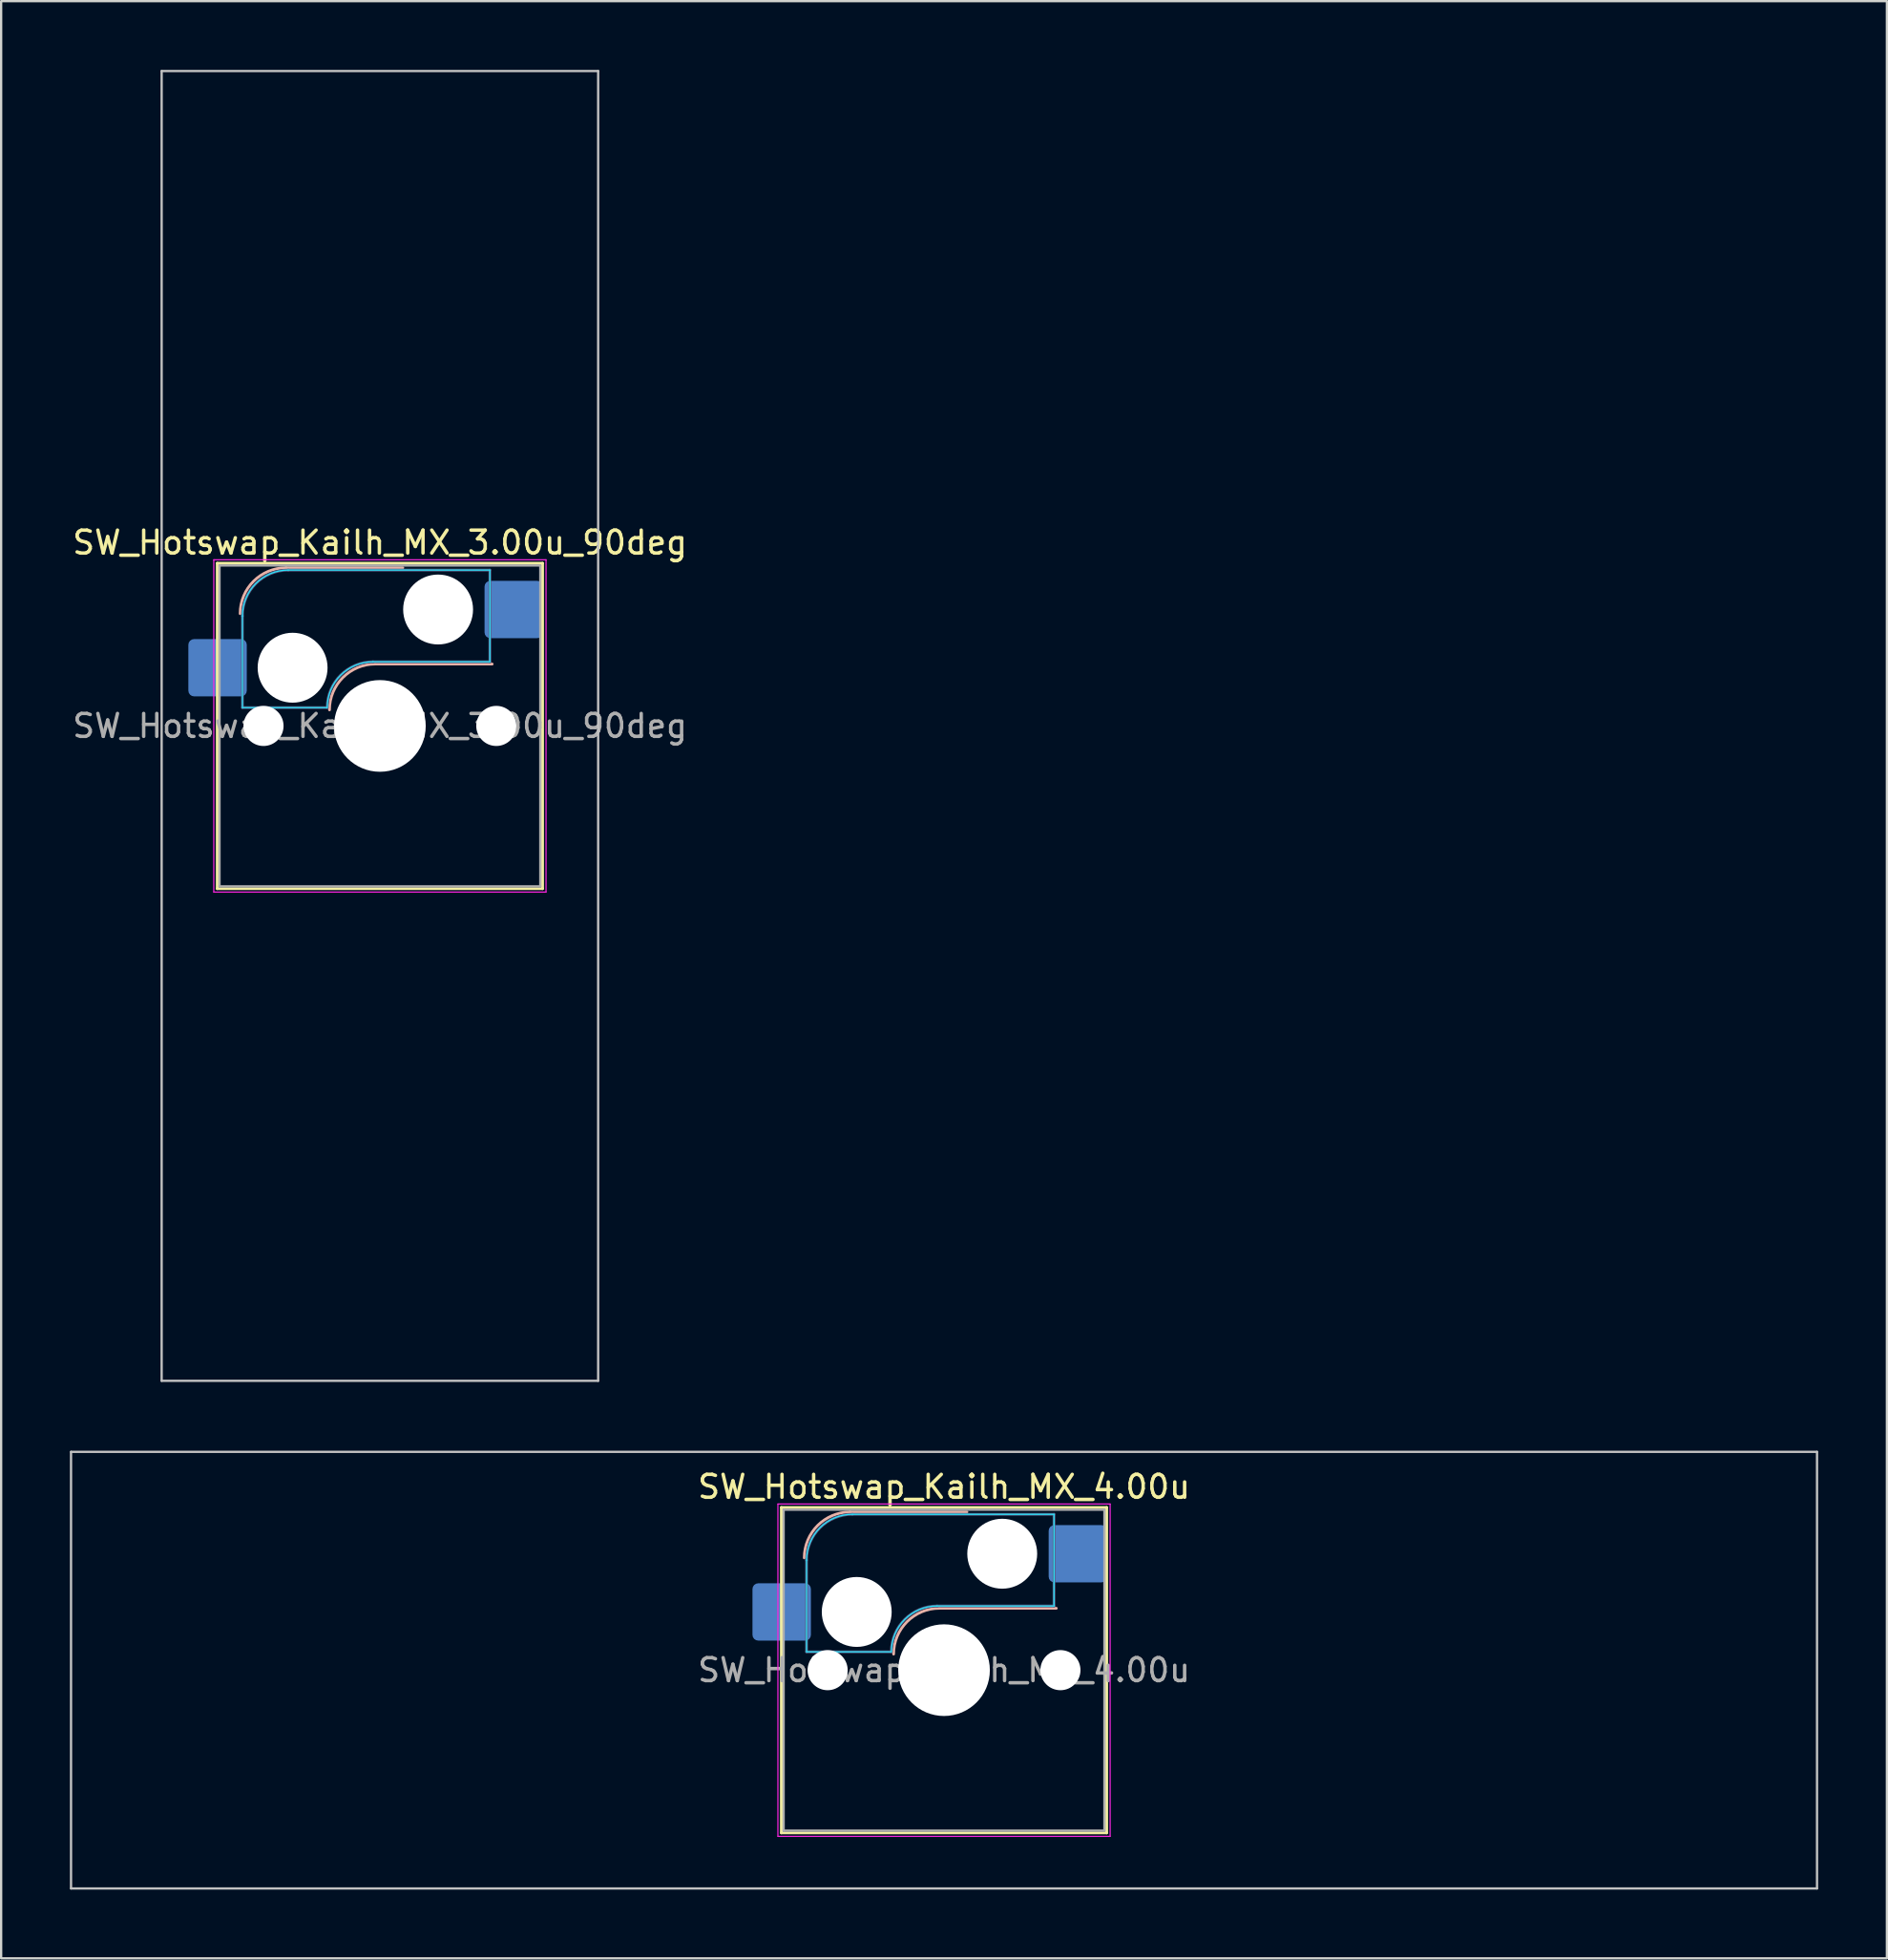
<source format=kicad_pcb>
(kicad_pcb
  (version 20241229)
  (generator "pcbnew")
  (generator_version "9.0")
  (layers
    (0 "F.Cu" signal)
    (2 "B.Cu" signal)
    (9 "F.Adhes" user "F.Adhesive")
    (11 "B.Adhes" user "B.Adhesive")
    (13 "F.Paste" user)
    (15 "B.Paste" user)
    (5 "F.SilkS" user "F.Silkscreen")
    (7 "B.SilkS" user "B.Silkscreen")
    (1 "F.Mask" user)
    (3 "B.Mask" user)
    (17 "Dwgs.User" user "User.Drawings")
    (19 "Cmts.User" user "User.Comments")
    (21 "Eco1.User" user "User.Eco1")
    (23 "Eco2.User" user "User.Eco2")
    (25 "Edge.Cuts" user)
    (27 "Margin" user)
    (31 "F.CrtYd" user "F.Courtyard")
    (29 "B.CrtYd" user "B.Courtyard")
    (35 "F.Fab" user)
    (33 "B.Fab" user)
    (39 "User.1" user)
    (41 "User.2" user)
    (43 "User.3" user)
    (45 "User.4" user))
  (footprint "SW_Hotswap_Kailh_MX_3.00u_90deg"
    (layer "F.Cu")
    (at 13.53 28.625)
    (property "Reference" "SW_Hotswap_Kailh_MX_3.00u_90deg" (at 0 -8 0) (layer "F.SilkS") (effects (font (size 1 1) (thickness 0.15))))
    (attr smd)
    (fp_line (start -7.1 -7.1) (end -7.1 7.1) (stroke (width 0.12) (type solid)) (layer "F.SilkS"))
    (fp_line (start -7.1 7.1) (end 7.1 7.1) (stroke (width 0.12) (type solid)) (layer "F.SilkS"))
    (fp_line (start 7.1 -7.1) (end -7.1 -7.1) (stroke (width 0.12) (type solid)) (layer "F.SilkS"))
    (fp_line (start 7.1 7.1) (end 7.1 -7.1) (stroke (width 0.12) (type solid)) (layer "F.SilkS"))
    (fp_line (start -4.1 -6.9) (end 1 -6.9) (stroke (width 0.12) (type solid)) (layer "B.SilkS"))
    (fp_line (start -0.2 -2.7) (end 4.9 -2.7) (stroke (width 0.12) (type solid)) (layer "B.SilkS"))
    (fp_arc (start -6.1 -4.9) (mid -5.514214 -6.314214) (end -4.1 -6.9) (stroke (width 0.12) (type solid)) (layer "B.SilkS"))
    (fp_arc (start -2.2 -0.7) (mid -1.614214 -2.114214) (end -0.2 -2.7) (stroke (width 0.12) (type solid)) (layer "B.SilkS"))
    (fp_line (start -9.525 -28.575) (end 9.525 -28.575) (stroke (width 0.1) (type solid)) (layer "Dwgs.User"))
    (fp_line (start -9.525 28.575) (end -9.525 -28.575) (stroke (width 0.1) (type solid)) (layer "Dwgs.User"))
    (fp_line (start 9.525 -28.575) (end 9.525 28.575) (stroke (width 0.1) (type solid)) (layer "Dwgs.User"))
    (fp_line (start 9.525 28.575) (end -9.525 28.575) (stroke (width 0.1) (type solid)) (layer "Dwgs.User"))
    (fp_line (start -7.8 -6) (end -7 -6) (stroke (width 0.1) (type solid)) (layer "Eco1.User"))
    (fp_line (start -7.8 -2.9) (end -7.8 -6) (stroke (width 0.1) (type solid)) (layer "Eco1.User"))
    (fp_line (start -7.8 2.9) (end -7 2.9) (stroke (width 0.1) (type solid)) (layer "Eco1.User"))
    (fp_line (start -7.8 6) (end -7.8 2.9) (stroke (width 0.1) (type solid)) (layer "Eco1.User"))
    (fp_line (start -7 -7) (end 7 -7) (stroke (width 0.1) (type solid)) (layer "Eco1.User"))
    (fp_line (start -7 -6) (end -7 -7) (stroke (width 0.1) (type solid)) (layer "Eco1.User"))
    (fp_line (start -7 -2.9) (end -7.8 -2.9) (stroke (width 0.1) (type solid)) (layer "Eco1.User"))
    (fp_line (start -7 2.9) (end -7 -2.9) (stroke (width 0.1) (type solid)) (layer "Eco1.User"))
    (fp_line (start -7 6) (end -7.8 6) (stroke (width 0.1) (type solid)) (layer "Eco1.User"))
    (fp_line (start -7 7) (end -7 6) (stroke (width 0.1) (type solid)) (layer "Eco1.User"))
    (fp_line (start 7 -7) (end 7 -6) (stroke (width 0.1) (type solid)) (layer "Eco1.User"))
    (fp_line (start 7 -6) (end 7.8 -6) (stroke (width 0.1) (type solid)) (layer "Eco1.User"))
    (fp_line (start 7 -2.9) (end 7 2.9) (stroke (width 0.1) (type solid)) (layer "Eco1.User"))
    (fp_line (start 7 2.9) (end 7.8 2.9) (stroke (width 0.1) (type solid)) (layer "Eco1.User"))
    (fp_line (start 7 6) (end 7 7) (stroke (width 0.1) (type solid)) (layer "Eco1.User"))
    (fp_line (start 7 7) (end -7 7) (stroke (width 0.1) (type solid)) (layer "Eco1.User"))
    (fp_line (start 7.8 -6) (end 7.8 -2.9) (stroke (width 0.1) (type solid)) (layer "Eco1.User"))
    (fp_line (start 7.8 -2.9) (end 7 -2.9) (stroke (width 0.1) (type solid)) (layer "Eco1.User"))
    (fp_line (start 7.8 2.9) (end 7.8 6) (stroke (width 0.1) (type solid)) (layer "Eco1.User"))
    (fp_line (start 7.8 6) (end 7 6) (stroke (width 0.1) (type solid)) (layer "Eco1.User"))
    (fp_line (start -6 -0.8) (end -6 -4.8) (stroke (width 0.05) (type solid)) (layer "B.CrtYd"))
    (fp_line (start -6 -0.8) (end -2.3 -0.8) (stroke (width 0.05) (type solid)) (layer "B.CrtYd"))
    (fp_line (start -4 -6.8) (end 4.8 -6.8) (stroke (width 0.05) (type solid)) (layer "B.CrtYd"))
    (fp_line (start -0.3 -2.8) (end 4.8 -2.8) (stroke (width 0.05) (type solid)) (layer "B.CrtYd"))
    (fp_line (start 4.8 -6.8) (end 4.8 -2.8) (stroke (width 0.05) (type solid)) (layer "B.CrtYd"))
    (fp_arc (start -6 -4.8) (mid -5.414214 -6.214214) (end -4 -6.8) (stroke (width 0.05) (type solid)) (layer "B.CrtYd"))
    (fp_arc (start -2.3 -0.8) (mid -1.714214 -2.214214) (end -0.3 -2.8) (stroke (width 0.05) (type solid)) (layer "B.CrtYd"))
    (fp_line (start -7.25 -7.25) (end -7.25 7.25) (stroke (width 0.05) (type solid)) (layer "F.CrtYd"))
    (fp_line (start -7.25 7.25) (end 7.25 7.25) (stroke (width 0.05) (type solid)) (layer "F.CrtYd"))
    (fp_line (start 7.25 -7.25) (end -7.25 -7.25) (stroke (width 0.05) (type solid)) (layer "F.CrtYd"))
    (fp_line (start 7.25 7.25) (end 7.25 -7.25) (stroke (width 0.05) (type solid)) (layer "F.CrtYd"))
    (fp_line (start -6 -0.8) (end -6 -4.8) (stroke (width 0.12) (type solid)) (layer "B.Fab"))
    (fp_line (start -6 -0.8) (end -2.3 -0.8) (stroke (width 0.12) (type solid)) (layer "B.Fab"))
    (fp_line (start -4 -6.8) (end 4.8 -6.8) (stroke (width 0.12) (type solid)) (layer "B.Fab"))
    (fp_line (start -0.3 -2.8) (end 4.8 -2.8) (stroke (width 0.12) (type solid)) (layer "B.Fab"))
    (fp_line (start 4.8 -6.8) (end 4.8 -2.8) (stroke (width 0.12) (type solid)) (layer "B.Fab"))
    (fp_arc (start -6 -4.8) (mid -5.414214 -6.214214) (end -4 -6.8) (stroke (width 0.12) (type solid)) (layer "B.Fab"))
    (fp_arc (start -2.3 -0.8) (mid -1.714214 -2.214214) (end -0.3 -2.8) (stroke (width 0.12) (type solid)) (layer "B.Fab"))
    (fp_line (start -7 -7) (end -7 7) (stroke (width 0.1) (type solid)) (layer "F.Fab"))
    (fp_line (start -7 7) (end 7 7) (stroke (width 0.1) (type solid)) (layer "F.Fab"))
    (fp_line (start 7 -7) (end -7 -7) (stroke (width 0.1) (type solid)) (layer "F.Fab"))
    (fp_line (start 7 7) (end 7 -7) (stroke (width 0.1) (type solid)) (layer "F.Fab"))
    (fp_text user "${REFERENCE}" (at 0 0 0) (layer "F.Fab") (effects (font (size 1 1) (thickness 0.15))))
    (pad "" np_thru_hole circle (at -5.08 0) (size 1.75 1.75) (drill 1.75) (layers "*.Cu" "*.Mask"))
    (pad "" np_thru_hole circle (at -3.81 -2.54) (size 3.05 3.05) (drill 3.05) (layers "*.Cu" "*.Mask"))
    (pad "" np_thru_hole circle (at 0 0) (size 4 4) (drill 4) (layers "*.Cu" "*.Mask"))
    (pad "" np_thru_hole circle (at 2.54 -5.08) (size 3.05 3.05) (drill 3.05) (layers "*.Cu" "*.Mask"))
    (pad "" np_thru_hole circle (at 5.08 0) (size 1.75 1.75) (drill 1.75) (layers "*.Cu" "*.Mask"))
    (pad "1" smd roundrect (at -7.085 -2.54) (size 2.55 2.5) (layers "B.Cu" "B.Mask" "B.Paste") (roundrect_rratio 0.1))
    (pad "2" smd roundrect (at 5.842 -5.08) (size 2.55 2.5) (layers "B.Cu" "B.Mask" "B.Paste") (roundrect_rratio 0.1)))
  (footprint "SW_Hotswap_Kailh_MX_4.00u"
    (layer "F.Cu")
    (at 38.15 69.825)
    (property "Reference" "SW_Hotswap_Kailh_MX_4.00u" (at 0 -8 0) (layer "F.SilkS") (effects (font (size 1 1) (thickness 0.15))))
    (attr smd)
    (fp_line (start -7.1 -7.1) (end -7.1 7.1) (stroke (width 0.12) (type solid)) (layer "F.SilkS"))
    (fp_line (start -7.1 7.1) (end 7.1 7.1) (stroke (width 0.12) (type solid)) (layer "F.SilkS"))
    (fp_line (start 7.1 -7.1) (end -7.1 -7.1) (stroke (width 0.12) (type solid)) (layer "F.SilkS"))
    (fp_line (start 7.1 7.1) (end 7.1 -7.1) (stroke (width 0.12) (type solid)) (layer "F.SilkS"))
    (fp_line (start -4.1 -6.9) (end 1 -6.9) (stroke (width 0.12) (type solid)) (layer "B.SilkS"))
    (fp_line (start -0.2 -2.7) (end 4.9 -2.7) (stroke (width 0.12) (type solid)) (layer "B.SilkS"))
    (fp_arc (start -6.1 -4.9) (mid -5.514214 -6.314214) (end -4.1 -6.9) (stroke (width 0.12) (type solid)) (layer "B.SilkS"))
    (fp_arc (start -2.2 -0.7) (mid -1.614214 -2.114214) (end -0.2 -2.7) (stroke (width 0.12) (type solid)) (layer "B.SilkS"))
    (fp_line (start -38.1 -9.525) (end -38.1 9.525) (stroke (width 0.1) (type solid)) (layer "Dwgs.User"))
    (fp_line (start -38.1 9.525) (end 38.1 9.525) (stroke (width 0.1) (type solid)) (layer "Dwgs.User"))
    (fp_line (start 38.1 -9.525) (end -38.1 -9.525) (stroke (width 0.1) (type solid)) (layer "Dwgs.User"))
    (fp_line (start 38.1 9.525) (end 38.1 -9.525) (stroke (width 0.1) (type solid)) (layer "Dwgs.User"))
    (fp_line (start -7.8 -6) (end -7 -6) (stroke (width 0.1) (type solid)) (layer "Eco1.User"))
    (fp_line (start -7.8 -2.9) (end -7.8 -6) (stroke (width 0.1) (type solid)) (layer "Eco1.User"))
    (fp_line (start -7.8 2.9) (end -7 2.9) (stroke (width 0.1) (type solid)) (layer "Eco1.User"))
    (fp_line (start -7.8 6) (end -7.8 2.9) (stroke (width 0.1) (type solid)) (layer "Eco1.User"))
    (fp_line (start -7 -7) (end 7 -7) (stroke (width 0.1) (type solid)) (layer "Eco1.User"))
    (fp_line (start -7 -6) (end -7 -7) (stroke (width 0.1) (type solid)) (layer "Eco1.User"))
    (fp_line (start -7 -2.9) (end -7.8 -2.9) (stroke (width 0.1) (type solid)) (layer "Eco1.User"))
    (fp_line (start -7 2.9) (end -7 -2.9) (stroke (width 0.1) (type solid)) (layer "Eco1.User"))
    (fp_line (start -7 6) (end -7.8 6) (stroke (width 0.1) (type solid)) (layer "Eco1.User"))
    (fp_line (start -7 7) (end -7 6) (stroke (width 0.1) (type solid)) (layer "Eco1.User"))
    (fp_line (start 7 -7) (end 7 -6) (stroke (width 0.1) (type solid)) (layer "Eco1.User"))
    (fp_line (start 7 -6) (end 7.8 -6) (stroke (width 0.1) (type solid)) (layer "Eco1.User"))
    (fp_line (start 7 -2.9) (end 7 2.9) (stroke (width 0.1) (type solid)) (layer "Eco1.User"))
    (fp_line (start 7 2.9) (end 7.8 2.9) (stroke (width 0.1) (type solid)) (layer "Eco1.User"))
    (fp_line (start 7 6) (end 7 7) (stroke (width 0.1) (type solid)) (layer "Eco1.User"))
    (fp_line (start 7 7) (end -7 7) (stroke (width 0.1) (type solid)) (layer "Eco1.User"))
    (fp_line (start 7.8 -6) (end 7.8 -2.9) (stroke (width 0.1) (type solid)) (layer "Eco1.User"))
    (fp_line (start 7.8 -2.9) (end 7 -2.9) (stroke (width 0.1) (type solid)) (layer "Eco1.User"))
    (fp_line (start 7.8 2.9) (end 7.8 6) (stroke (width 0.1) (type solid)) (layer "Eco1.User"))
    (fp_line (start 7.8 6) (end 7 6) (stroke (width 0.1) (type solid)) (layer "Eco1.User"))
    (fp_line (start -6 -0.8) (end -6 -4.8) (stroke (width 0.05) (type solid)) (layer "B.CrtYd"))
    (fp_line (start -6 -0.8) (end -2.3 -0.8) (stroke (width 0.05) (type solid)) (layer "B.CrtYd"))
    (fp_line (start -4 -6.8) (end 4.8 -6.8) (stroke (width 0.05) (type solid)) (layer "B.CrtYd"))
    (fp_line (start -0.3 -2.8) (end 4.8 -2.8) (stroke (width 0.05) (type solid)) (layer "B.CrtYd"))
    (fp_line (start 4.8 -6.8) (end 4.8 -2.8) (stroke (width 0.05) (type solid)) (layer "B.CrtYd"))
    (fp_arc (start -6 -4.8) (mid -5.414214 -6.214214) (end -4 -6.8) (stroke (width 0.05) (type solid)) (layer "B.CrtYd"))
    (fp_arc (start -2.3 -0.8) (mid -1.714214 -2.214214) (end -0.3 -2.8) (stroke (width 0.05) (type solid)) (layer "B.CrtYd"))
    (fp_line (start -7.25 -7.25) (end -7.25 7.25) (stroke (width 0.05) (type solid)) (layer "F.CrtYd"))
    (fp_line (start -7.25 7.25) (end 7.25 7.25) (stroke (width 0.05) (type solid)) (layer "F.CrtYd"))
    (fp_line (start 7.25 -7.25) (end -7.25 -7.25) (stroke (width 0.05) (type solid)) (layer "F.CrtYd"))
    (fp_line (start 7.25 7.25) (end 7.25 -7.25) (stroke (width 0.05) (type solid)) (layer "F.CrtYd"))
    (fp_line (start -6 -0.8) (end -6 -4.8) (stroke (width 0.12) (type solid)) (layer "B.Fab"))
    (fp_line (start -6 -0.8) (end -2.3 -0.8) (stroke (width 0.12) (type solid)) (layer "B.Fab"))
    (fp_line (start -4 -6.8) (end 4.8 -6.8) (stroke (width 0.12) (type solid)) (layer "B.Fab"))
    (fp_line (start -0.3 -2.8) (end 4.8 -2.8) (stroke (width 0.12) (type solid)) (layer "B.Fab"))
    (fp_line (start 4.8 -6.8) (end 4.8 -2.8) (stroke (width 0.12) (type solid)) (layer "B.Fab"))
    (fp_arc (start -6 -4.8) (mid -5.414214 -6.214214) (end -4 -6.8) (stroke (width 0.12) (type solid)) (layer "B.Fab"))
    (fp_arc (start -2.3 -0.8) (mid -1.714214 -2.214214) (end -0.3 -2.8) (stroke (width 0.12) (type solid)) (layer "B.Fab"))
    (fp_line (start -7 -7) (end -7 7) (stroke (width 0.1) (type solid)) (layer "F.Fab"))
    (fp_line (start -7 7) (end 7 7) (stroke (width 0.1) (type solid)) (layer "F.Fab"))
    (fp_line (start 7 -7) (end -7 -7) (stroke (width 0.1) (type solid)) (layer "F.Fab"))
    (fp_line (start 7 7) (end 7 -7) (stroke (width 0.1) (type solid)) (layer "F.Fab"))
    (fp_text user "${REFERENCE}" (at 0 0 0) (layer "F.Fab") (effects (font (size 1 1) (thickness 0.15))))
    (pad "" np_thru_hole circle (at -5.08 0) (size 1.75 1.75) (drill 1.75) (layers "*.Cu" "*.Mask"))
    (pad "" np_thru_hole circle (at -3.81 -2.54) (size 3.05 3.05) (drill 3.05) (layers "*.Cu" "*.Mask"))
    (pad "" np_thru_hole circle (at 0 0) (size 4 4) (drill 4) (layers "*.Cu" "*.Mask"))
    (pad "" np_thru_hole circle (at 2.54 -5.08) (size 3.05 3.05) (drill 3.05) (layers "*.Cu" "*.Mask"))
    (pad "" np_thru_hole circle (at 5.08 0) (size 1.75 1.75) (drill 1.75) (layers "*.Cu" "*.Mask"))
    (pad "1" smd roundrect (at -7.085 -2.54) (size 2.55 2.5) (layers "B.Cu" "B.Mask" "B.Paste") (roundrect_rratio 0.1))
    (pad "2" smd roundrect (at 5.842 -5.08) (size 2.55 2.5) (layers "B.Cu" "B.Mask" "B.Paste") (roundrect_rratio 0.1)))
  (gr_rect
    (start -3 -3)
    (end 79.3 82.4)
    (stroke (width 0.1) (type default))
    (fill no)
    (layer "Edge.Cuts")))
</source>
